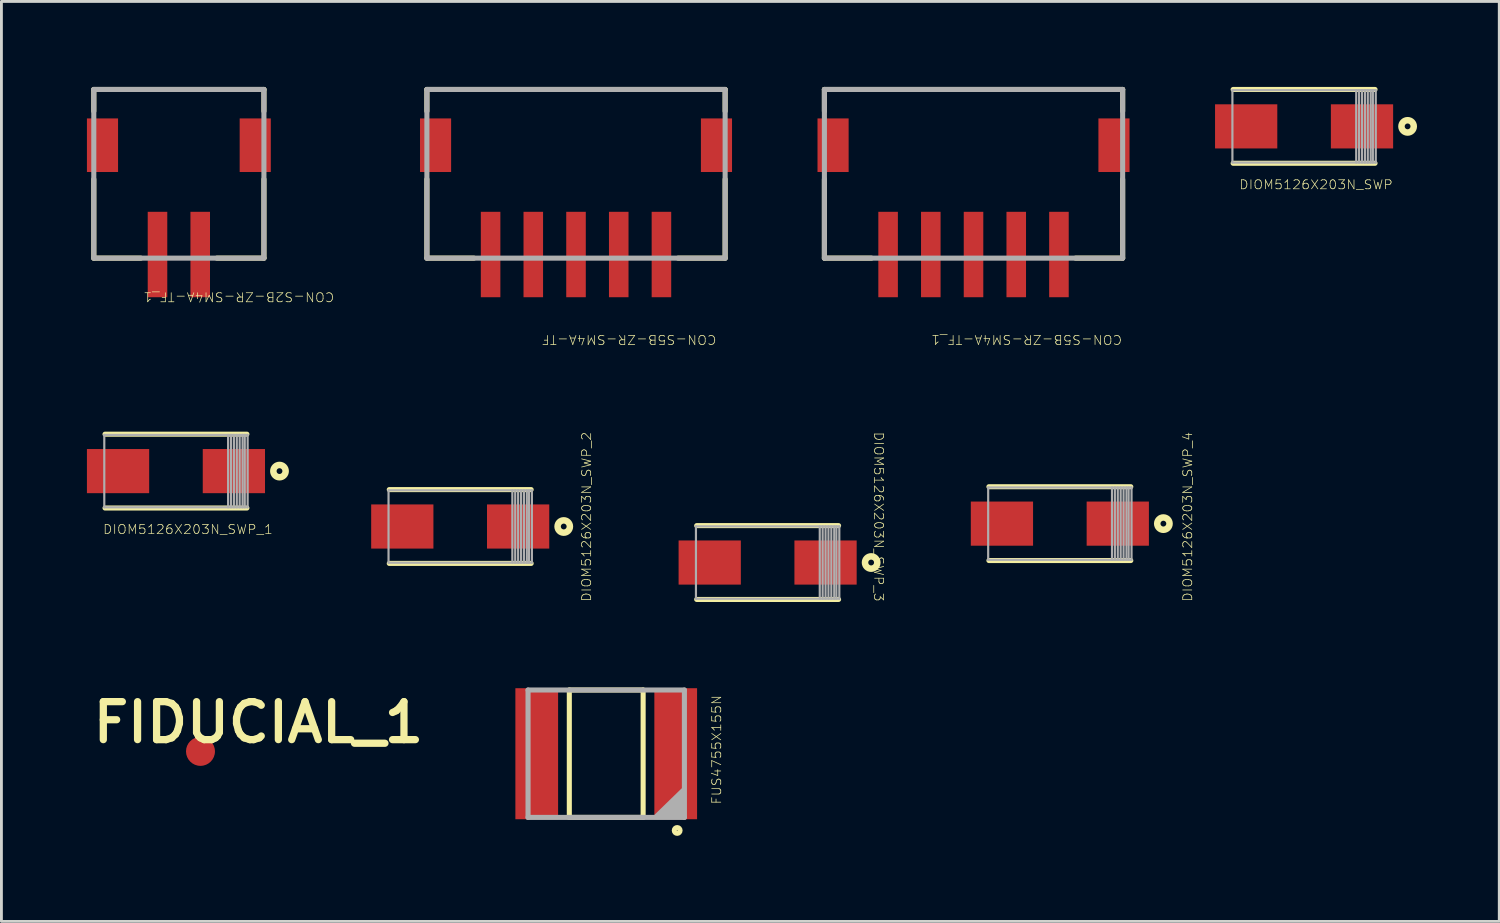
<source format=kicad_pcb>
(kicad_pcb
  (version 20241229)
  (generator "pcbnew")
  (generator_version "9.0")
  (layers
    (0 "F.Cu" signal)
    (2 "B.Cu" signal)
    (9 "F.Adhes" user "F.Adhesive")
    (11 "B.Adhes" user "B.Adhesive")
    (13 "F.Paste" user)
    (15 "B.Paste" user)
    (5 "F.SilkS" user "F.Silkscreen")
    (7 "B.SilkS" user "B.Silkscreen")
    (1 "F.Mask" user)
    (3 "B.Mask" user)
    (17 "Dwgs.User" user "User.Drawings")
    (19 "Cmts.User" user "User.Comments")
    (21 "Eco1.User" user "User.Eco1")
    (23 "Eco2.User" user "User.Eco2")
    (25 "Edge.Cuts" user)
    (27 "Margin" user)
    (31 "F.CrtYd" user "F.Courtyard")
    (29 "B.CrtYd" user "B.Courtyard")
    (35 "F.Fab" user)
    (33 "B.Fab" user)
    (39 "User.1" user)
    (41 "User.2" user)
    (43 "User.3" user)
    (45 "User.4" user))
  (footprint "DIOM5126X203N_SWP_1"
    (layer "F.Cu")
    (at 3.124 13.479)
    (property "Reference" "DIOM5126X203N_SWP_1" (at 0.419 2.045 0) (unlocked yes) (layer "F.SilkS") (effects (font (size 0.317 0.333) (thickness 0.025))))
    (attr smd)
    (fp_line (start 2.489 -1.295) (end -2.489 -1.295) (stroke (width 0.178) (type solid)) (layer "F.SilkS"))
    (fp_line (start 2.489 1.295) (end -2.489 1.295) (stroke (width 0.178) (type solid)) (layer "F.SilkS"))
    (fp_arc (start 3.5306 0) (mid 3.7338 0) (end 3.5306 0) (stroke (width 0.2286) (type solid)) (layer "F.SilkS"))
    (fp_line (start -2.515 -1.27) (end -2.515 1.27) (stroke (width 0.076) (type solid)) (layer "F.Fab"))
    (fp_line (start 1.829 -1.27) (end 1.829 1.27) (stroke (width 0.076) (type solid)) (layer "F.Fab"))
    (fp_line (start 1.93 -1.27) (end 1.93 1.27) (stroke (width 0.076) (type solid)) (layer "F.Fab"))
    (fp_line (start 2.032 -1.27) (end 2.032 1.27) (stroke (width 0.076) (type solid)) (layer "F.Fab"))
    (fp_line (start 2.134 -1.27) (end 2.134 1.27) (stroke (width 0.076) (type solid)) (layer "F.Fab"))
    (fp_line (start 2.235 -1.27) (end 2.235 1.27) (stroke (width 0.076) (type solid)) (layer "F.Fab"))
    (fp_line (start 2.337 -1.27) (end 2.337 1.27) (stroke (width 0.076) (type solid)) (layer "F.Fab"))
    (fp_line (start 2.413 -1.27) (end 2.413 1.27) (stroke (width 0.076) (type solid)) (layer "F.Fab"))
    (fp_line (start 2.515 -1.27) (end -2.515 -1.27) (stroke (width 0.076) (type solid)) (layer "F.Fab"))
    (fp_line (start 2.515 -1.27) (end 2.515 1.27) (stroke (width 0.076) (type solid)) (layer "F.Fab"))
    (fp_line (start 2.515 1.27) (end -2.515 1.27) (stroke (width 0.076) (type solid)) (layer "F.Fab"))
    (pad "1" smd rect (at -2.032 0) (size 2.184 1.549) (layers "F.Cu" "F.Mask" "F.Paste"))
    (pad "2" smd rect (at 2.032 0) (size 2.184 1.549) (layers "F.Cu" "F.Mask" "F.Paste")))
  (footprint "DIOM5126X203N_SWP"
    (layer "F.Cu")
    (at 42.705 1.384)
    (property "Reference" "DIOM5126X203N_SWP" (at 0.419 2.045 0) (unlocked yes) (layer "F.SilkS") (effects (font (size 0.317 0.333) (thickness 0.025))))
    (attr smd)
    (fp_line (start 2.489 -1.295) (end -2.489 -1.295) (stroke (width 0.178) (type solid)) (layer "F.SilkS"))
    (fp_line (start 2.489 1.295) (end -2.489 1.295) (stroke (width 0.178) (type solid)) (layer "F.SilkS"))
    (fp_arc (start 3.5306 0) (mid 3.7338 0) (end 3.5306 0) (stroke (width 0.2286) (type solid)) (layer "F.SilkS"))
    (fp_line (start -2.515 -1.27) (end -2.515 1.27) (stroke (width 0.076) (type solid)) (layer "F.Fab"))
    (fp_line (start 1.829 -1.27) (end 1.829 1.27) (stroke (width 0.076) (type solid)) (layer "F.Fab"))
    (fp_line (start 1.93 -1.27) (end 1.93 1.27) (stroke (width 0.076) (type solid)) (layer "F.Fab"))
    (fp_line (start 2.032 -1.27) (end 2.032 1.27) (stroke (width 0.076) (type solid)) (layer "F.Fab"))
    (fp_line (start 2.134 -1.27) (end 2.134 1.27) (stroke (width 0.076) (type solid)) (layer "F.Fab"))
    (fp_line (start 2.235 -1.27) (end 2.235 1.27) (stroke (width 0.076) (type solid)) (layer "F.Fab"))
    (fp_line (start 2.337 -1.27) (end 2.337 1.27) (stroke (width 0.076) (type solid)) (layer "F.Fab"))
    (fp_line (start 2.413 -1.27) (end 2.413 1.27) (stroke (width 0.076) (type solid)) (layer "F.Fab"))
    (fp_line (start 2.515 -1.27) (end -2.515 -1.27) (stroke (width 0.076) (type solid)) (layer "F.Fab"))
    (fp_line (start 2.515 -1.27) (end 2.515 1.27) (stroke (width 0.076) (type solid)) (layer "F.Fab"))
    (fp_line (start 2.515 1.27) (end -2.515 1.27) (stroke (width 0.076) (type solid)) (layer "F.Fab"))
    (pad "1" smd rect (at -2.032 0) (size 2.184 1.549) (layers "F.Cu" "F.Mask" "F.Paste"))
    (pad "2" smd rect (at 2.032 0) (size 2.184 1.549) (layers "F.Cu" "F.Mask" "F.Paste")))
  (footprint "CON-S5B-ZR-SM4A-TF_1"
    (layer "F.Cu")
    (at 31.107 5.88)
    (property "Reference" "CON-S5B-ZR-SM4A-TF_1" (at 1.861 2.985 180) (unlocked yes) (layer "F.SilkS") (effects (font (size 0.317 0.333) (thickness 0.025))))
    (attr smd)
    (fp_line (start -5.232 -5.791) (end -5.232 -5.029) (stroke (width 0.178) (type solid)) (layer "F.SilkS"))
    (fp_line (start -5.232 -2.642) (end -5.232 0.127) (stroke (width 0.178) (type solid)) (layer "F.SilkS"))
    (fp_line (start -3.581 0.127) (end -5.232 0.127) (stroke (width 0.178) (type solid)) (layer "F.SilkS"))
    (fp_line (start 5.232 -5.791) (end -5.232 -5.791) (stroke (width 0.178) (type solid)) (layer "F.SilkS"))
    (fp_line (start 5.232 -5.791) (end 5.232 -5.029) (stroke (width 0.178) (type solid)) (layer "F.SilkS"))
    (fp_line (start 5.232 -2.642) (end 5.232 0.127) (stroke (width 0.178) (type solid)) (layer "F.SilkS"))
    (fp_line (start 5.232 0.127) (end 3.581 0.127) (stroke (width 0.178) (type solid)) (layer "F.SilkS"))
    (fp_line (start -5.232 -5.791) (end -5.232 0.127) (stroke (width 0.178) (type solid)) (layer "F.Fab"))
    (fp_line (start 5.232 -5.791) (end -5.232 -5.791) (stroke (width 0.178) (type solid)) (layer "F.Fab"))
    (fp_line (start 5.232 -5.791) (end 5.232 0.127) (stroke (width 0.178) (type solid)) (layer "F.Fab"))
    (fp_line (start 5.232 0.127) (end -5.232 0.127) (stroke (width 0.178) (type solid)) (layer "F.Fab"))
    (pad "1" smd rect (at 2.997 0 90) (size 2.997 0.686) (layers "F.Cu" "F.Mask" "F.Paste"))
    (pad "2" smd rect (at 1.499 0 90) (size 2.997 0.686) (layers "F.Cu" "F.Mask" "F.Paste"))
    (pad "3" smd rect (at 0 0 90) (size 2.997 0.686) (layers "F.Cu" "F.Mask" "F.Paste"))
    (pad "4" smd rect (at -1.499 0 90) (size 2.997 0.686) (layers "F.Cu" "F.Mask" "F.Paste"))
    (pad "5" smd rect (at -2.997 0 90) (size 2.997 0.686) (layers "F.Cu" "F.Mask" "F.Paste"))
    (pad "6" smd rect (at 4.928 -3.835 90) (size 1.88 1.092) (layers "F.Cu" "F.Mask" "F.Paste"))
    (pad "7" smd rect (at -4.928 -3.835 90) (size 1.88 1.092) (layers "F.Cu" "F.Mask" "F.Paste")))
  (footprint "CON-S2B-ZR-SM4A-TF_1"
    (layer "F.Cu")
    (at 3.975 5.88)
    (property "Reference" "CON-S2B-ZR-SM4A-TF_1" (at 1.353 1.486 180) (unlocked yes) (layer "F.SilkS") (effects (font (size 0.317 0.333) (thickness 0.025))))
    (attr smd)
    (fp_line (start -3.734 -5.791) (end -3.734 -5.029) (stroke (width 0.178) (type solid)) (layer "F.SilkS"))
    (fp_line (start -3.734 -2.642) (end -3.734 0.127) (stroke (width 0.178) (type solid)) (layer "F.SilkS"))
    (fp_line (start -2.083 0.127) (end -3.734 0.127) (stroke (width 0.178) (type solid)) (layer "F.SilkS"))
    (fp_line (start 2.235 -5.791) (end -3.734 -5.791) (stroke (width 0.178) (type solid)) (layer "F.SilkS"))
    (fp_line (start 2.235 -5.791) (end 2.235 -5.029) (stroke (width 0.178) (type solid)) (layer "F.SilkS"))
    (fp_line (start 2.235 -2.642) (end 2.235 0.127) (stroke (width 0.178) (type solid)) (layer "F.SilkS"))
    (fp_line (start 2.235 0.127) (end 0.584 0.127) (stroke (width 0.178) (type solid)) (layer "F.SilkS"))
    (fp_line (start -3.734 -5.791) (end -3.734 0.127) (stroke (width 0.178) (type solid)) (layer "F.Fab"))
    (fp_line (start 2.235 -5.791) (end -3.734 -5.791) (stroke (width 0.178) (type solid)) (layer "F.Fab"))
    (fp_line (start 2.235 -5.791) (end 2.235 0.127) (stroke (width 0.178) (type solid)) (layer "F.Fab"))
    (fp_line (start 2.235 0.127) (end -3.734 0.127) (stroke (width 0.178) (type solid)) (layer "F.Fab"))
    (pad "1" smd rect (at 0 0 90) (size 2.997 0.686) (layers "F.Cu" "F.Mask" "F.Paste"))
    (pad "2" smd rect (at -1.499 0 90) (size 2.997 0.686) (layers "F.Cu" "F.Mask" "F.Paste"))
    (pad "3" smd rect (at 1.93 -3.835 90) (size 1.88 1.092) (layers "F.Cu" "F.Mask" "F.Paste"))
    (pad "4" smd rect (at -3.429 -3.835 90) (size 1.88 1.092) (layers "F.Cu" "F.Mask" "F.Paste")))
  (footprint "DIOM5126X203N_SWP_2"
    (layer "F.Cu")
    (at 13.097 15.423)
    (property "Reference" "DIOM5126X203N_SWP_2" (at 4.432 -0.343 90) (unlocked yes) (layer "F.SilkS") (effects (font (size 0.317 0.333) (thickness 0.025))))
    (attr smd)
    (fp_line (start 2.489 -1.295) (end -2.489 -1.295) (stroke (width 0.178) (type solid)) (layer "F.SilkS"))
    (fp_line (start 2.489 1.295) (end -2.489 1.295) (stroke (width 0.178) (type solid)) (layer "F.SilkS"))
    (fp_arc (start 3.5306 0) (mid 3.7338 0) (end 3.5306 0) (stroke (width 0.2286) (type solid)) (layer "F.SilkS"))
    (fp_line (start -2.515 -1.27) (end -2.515 1.27) (stroke (width 0.076) (type solid)) (layer "F.Fab"))
    (fp_line (start 1.829 -1.27) (end 1.829 1.27) (stroke (width 0.076) (type solid)) (layer "F.Fab"))
    (fp_line (start 1.93 -1.27) (end 1.93 1.27) (stroke (width 0.076) (type solid)) (layer "F.Fab"))
    (fp_line (start 2.032 -1.27) (end 2.032 1.27) (stroke (width 0.076) (type solid)) (layer "F.Fab"))
    (fp_line (start 2.134 -1.27) (end 2.134 1.27) (stroke (width 0.076) (type solid)) (layer "F.Fab"))
    (fp_line (start 2.235 -1.27) (end 2.235 1.27) (stroke (width 0.076) (type solid)) (layer "F.Fab"))
    (fp_line (start 2.337 -1.27) (end 2.337 1.27) (stroke (width 0.076) (type solid)) (layer "F.Fab"))
    (fp_line (start 2.413 -1.27) (end 2.413 1.27) (stroke (width 0.076) (type solid)) (layer "F.Fab"))
    (fp_line (start 2.515 -1.27) (end -2.515 -1.27) (stroke (width 0.076) (type solid)) (layer "F.Fab"))
    (fp_line (start 2.515 -1.27) (end 2.515 1.27) (stroke (width 0.076) (type solid)) (layer "F.Fab"))
    (fp_line (start 2.515 1.27) (end -2.515 1.27) (stroke (width 0.076) (type solid)) (layer "F.Fab"))
    (pad "1" smd rect (at -2.032 0) (size 2.184 1.549) (layers "F.Cu" "F.Mask" "F.Paste"))
    (pad "2" smd rect (at 2.032 0) (size 2.184 1.549) (layers "F.Cu" "F.Mask" "F.Paste")))
  (footprint "CON-S5B-ZR-SM4A-TF"
    (layer "F.Cu")
    (at 17.16 5.88)
    (property "Reference" "CON-S5B-ZR-SM4A-TF" (at 1.861 2.985 180) (unlocked yes) (layer "F.SilkS") (effects (font (size 0.317 0.333) (thickness 0.025))))
    (attr smd)
    (fp_line (start -5.232 -5.791) (end -5.232 -5.029) (stroke (width 0.178) (type solid)) (layer "F.SilkS"))
    (fp_line (start -5.232 -2.642) (end -5.232 0.127) (stroke (width 0.178) (type solid)) (layer "F.SilkS"))
    (fp_line (start -3.581 0.127) (end -5.232 0.127) (stroke (width 0.178) (type solid)) (layer "F.SilkS"))
    (fp_line (start 5.232 -5.791) (end -5.232 -5.791) (stroke (width 0.178) (type solid)) (layer "F.SilkS"))
    (fp_line (start 5.232 -5.791) (end 5.232 -5.029) (stroke (width 0.178) (type solid)) (layer "F.SilkS"))
    (fp_line (start 5.232 -2.642) (end 5.232 0.127) (stroke (width 0.178) (type solid)) (layer "F.SilkS"))
    (fp_line (start 5.232 0.127) (end 3.581 0.127) (stroke (width 0.178) (type solid)) (layer "F.SilkS"))
    (fp_line (start -5.232 -5.791) (end -5.232 0.127) (stroke (width 0.178) (type solid)) (layer "F.Fab"))
    (fp_line (start 5.232 -5.791) (end -5.232 -5.791) (stroke (width 0.178) (type solid)) (layer "F.Fab"))
    (fp_line (start 5.232 -5.791) (end 5.232 0.127) (stroke (width 0.178) (type solid)) (layer "F.Fab"))
    (fp_line (start 5.232 0.127) (end -5.232 0.127) (stroke (width 0.178) (type solid)) (layer "F.Fab"))
    (pad "1" smd rect (at 2.997 0 90) (size 2.997 0.686) (layers "F.Cu" "F.Mask" "F.Paste"))
    (pad "2" smd rect (at 1.499 0 90) (size 2.997 0.686) (layers "F.Cu" "F.Mask" "F.Paste"))
    (pad "3" smd rect (at 0 0 90) (size 2.997 0.686) (layers "F.Cu" "F.Mask" "F.Paste"))
    (pad "4" smd rect (at -1.499 0 90) (size 2.997 0.686) (layers "F.Cu" "F.Mask" "F.Paste"))
    (pad "5" smd rect (at -2.997 0 90) (size 2.997 0.686) (layers "F.Cu" "F.Mask" "F.Paste"))
    (pad "6" smd rect (at 4.928 -3.835 90) (size 1.88 1.092) (layers "F.Cu" "F.Mask" "F.Paste"))
    (pad "7" smd rect (at -4.928 -3.835 90) (size 1.88 1.092) (layers "F.Cu" "F.Mask" "F.Paste")))
  (footprint "FIDUCIAL_1"
    (layer "F.Cu")
    (at 3.984 23.313)
    (property "Reference" "FIDUCIAL_1" (at 2.032 -1.016 0) (unlocked yes) (layer "F.SilkS") (effects (font (size 1.333 1.402) (thickness 0.254))))
    (attr smd)
    (pad "1" smd circle (at 0 0) (size 1.016 1.016) (layers "F.Cu" "F.Mask" "F.Paste")))
  (footprint "FUS4755X155N"
    (layer "F.Cu")
    (at 18.22 23.395)
    (property "Reference" "FUS4755X155N" (at 3.873 -0.14 90) (unlocked yes) (layer "F.SilkS") (effects (font (size 0.317 0.333) (thickness 0.025))))
    (attr smd)
    (fp_line (start -1.295 -2.235) (end -1.295 2.235) (stroke (width 0.178) (type solid)) (layer "F.SilkS"))
    (fp_line (start 1.295 -2.235) (end -1.295 -2.235) (stroke (width 0.178) (type solid)) (layer "F.SilkS"))
    (fp_line (start 1.295 -2.235) (end 1.295 2.235) (stroke (width 0.178) (type solid)) (layer "F.SilkS"))
    (fp_line (start 1.295 2.235) (end -1.295 2.235) (stroke (width 0.178) (type solid)) (layer "F.SilkS"))
    (fp_arc (start 2.3876 2.6924) (mid 2.5908 2.6924) (end 2.3876 2.6924) (stroke (width 0.1778) (type solid)) (layer "F.SilkS"))
    (fp_line (start -2.743 -2.235) (end -2.743 2.235) (stroke (width 0.178) (type solid)) (layer "F.Fab"))
    (fp_line (start 2.692 1.295) (end 1.778 2.184) (stroke (width 0.178) (type solid)) (layer "F.Fab"))
    (fp_line (start 2.692 1.397) (end 1.88 2.184) (stroke (width 0.178) (type solid)) (layer "F.Fab"))
    (fp_line (start 2.692 1.499) (end 1.981 2.184) (stroke (width 0.178) (type solid)) (layer "F.Fab"))
    (fp_line (start 2.692 1.575) (end 2.083 2.184) (stroke (width 0.178) (type solid)) (layer "F.Fab"))
    (fp_line (start 2.692 1.676) (end 2.184 2.184) (stroke (width 0.178) (type solid)) (layer "F.Fab"))
    (fp_line (start 2.692 1.778) (end 2.286 2.184) (stroke (width 0.178) (type solid)) (layer "F.Fab"))
    (fp_line (start 2.692 1.88) (end 2.388 2.184) (stroke (width 0.178) (type solid)) (layer "F.Fab"))
    (fp_line (start 2.692 1.981) (end 2.489 2.184) (stroke (width 0.178) (type solid)) (layer "F.Fab"))
    (fp_line (start 2.692 2.083) (end 2.591 2.184) (stroke (width 0.178) (type solid)) (layer "F.Fab"))
    (fp_line (start 2.743 -2.235) (end -2.743 -2.235) (stroke (width 0.178) (type solid)) (layer "F.Fab"))
    (fp_line (start 2.743 -2.235) (end 2.743 2.235) (stroke (width 0.178) (type solid)) (layer "F.Fab"))
    (fp_line (start 2.743 2.235) (end -2.743 2.235) (stroke (width 0.178) (type solid)) (layer "F.Fab"))
    (pad "1" smd rect (at 2.438 0 90) (size 4.597 1.499) (layers "F.Cu" "F.Mask" "F.Paste"))
    (pad "2" smd rect (at -2.438 0 90) (size 4.597 1.499) (layers "F.Cu" "F.Mask" "F.Paste")))
  (footprint "DIOM5126X203N_SWP_3"
    (layer "F.Cu")
    (at 23.883 16.687)
    (property "Reference" "DIOM5126X203N_SWP_3" (at 3.899 -1.607 270) (unlocked yes) (layer "F.SilkS") (effects (font (size 0.317 0.333) (thickness 0.025))))
    (attr smd)
    (fp_line (start 2.489 -1.295) (end -2.489 -1.295) (stroke (width 0.178) (type solid)) (layer "F.SilkS"))
    (fp_line (start 2.489 1.295) (end -2.489 1.295) (stroke (width 0.178) (type solid)) (layer "F.SilkS"))
    (fp_arc (start 3.5306 0) (mid 3.7338 0) (end 3.5306 0) (stroke (width 0.2286) (type solid)) (layer "F.SilkS"))
    (fp_line (start -2.515 -1.27) (end -2.515 1.27) (stroke (width 0.076) (type solid)) (layer "F.Fab"))
    (fp_line (start 1.829 -1.27) (end 1.829 1.27) (stroke (width 0.076) (type solid)) (layer "F.Fab"))
    (fp_line (start 1.93 -1.27) (end 1.93 1.27) (stroke (width 0.076) (type solid)) (layer "F.Fab"))
    (fp_line (start 2.032 -1.27) (end 2.032 1.27) (stroke (width 0.076) (type solid)) (layer "F.Fab"))
    (fp_line (start 2.134 -1.27) (end 2.134 1.27) (stroke (width 0.076) (type solid)) (layer "F.Fab"))
    (fp_line (start 2.235 -1.27) (end 2.235 1.27) (stroke (width 0.076) (type solid)) (layer "F.Fab"))
    (fp_line (start 2.337 -1.27) (end 2.337 1.27) (stroke (width 0.076) (type solid)) (layer "F.Fab"))
    (fp_line (start 2.413 -1.27) (end 2.413 1.27) (stroke (width 0.076) (type solid)) (layer "F.Fab"))
    (fp_line (start 2.515 -1.27) (end -2.515 -1.27) (stroke (width 0.076) (type solid)) (layer "F.Fab"))
    (fp_line (start 2.515 -1.27) (end 2.515 1.27) (stroke (width 0.076) (type solid)) (layer "F.Fab"))
    (fp_line (start 2.515 1.27) (end -2.515 1.27) (stroke (width 0.076) (type solid)) (layer "F.Fab"))
    (pad "1" smd rect (at -2.032 0) (size 2.184 1.549) (layers "F.Cu" "F.Mask" "F.Paste"))
    (pad "2" smd rect (at 2.032 0) (size 2.184 1.549) (layers "F.Cu" "F.Mask" "F.Paste")))
  (footprint "DIOM5126X203N_SWP_4"
    (layer "F.Cu")
    (at 34.136 15.322)
    (property "Reference" "DIOM5126X203N_SWP_4" (at 4.483 -0.241 90) (unlocked yes) (layer "F.SilkS") (effects (font (size 0.317 0.333) (thickness 0.025))))
    (attr smd)
    (fp_line (start 2.489 -1.295) (end -2.489 -1.295) (stroke (width 0.178) (type solid)) (layer "F.SilkS"))
    (fp_line (start 2.489 1.295) (end -2.489 1.295) (stroke (width 0.178) (type solid)) (layer "F.SilkS"))
    (fp_arc (start 3.5306 0) (mid 3.7338 0) (end 3.5306 0) (stroke (width 0.2286) (type solid)) (layer "F.SilkS"))
    (fp_line (start -2.515 -1.27) (end -2.515 1.27) (stroke (width 0.076) (type solid)) (layer "F.Fab"))
    (fp_line (start 1.829 -1.27) (end 1.829 1.27) (stroke (width 0.076) (type solid)) (layer "F.Fab"))
    (fp_line (start 1.93 -1.27) (end 1.93 1.27) (stroke (width 0.076) (type solid)) (layer "F.Fab"))
    (fp_line (start 2.032 -1.27) (end 2.032 1.27) (stroke (width 0.076) (type solid)) (layer "F.Fab"))
    (fp_line (start 2.134 -1.27) (end 2.134 1.27) (stroke (width 0.076) (type solid)) (layer "F.Fab"))
    (fp_line (start 2.235 -1.27) (end 2.235 1.27) (stroke (width 0.076) (type solid)) (layer "F.Fab"))
    (fp_line (start 2.337 -1.27) (end 2.337 1.27) (stroke (width 0.076) (type solid)) (layer "F.Fab"))
    (fp_line (start 2.413 -1.27) (end 2.413 1.27) (stroke (width 0.076) (type solid)) (layer "F.Fab"))
    (fp_line (start 2.515 -1.27) (end -2.515 -1.27) (stroke (width 0.076) (type solid)) (layer "F.Fab"))
    (fp_line (start 2.515 -1.27) (end 2.515 1.27) (stroke (width 0.076) (type solid)) (layer "F.Fab"))
    (fp_line (start 2.515 1.27) (end -2.515 1.27) (stroke (width 0.076) (type solid)) (layer "F.Fab"))
    (pad "1" smd rect (at -2.032 0) (size 2.184 1.549) (layers "F.Cu" "F.Mask" "F.Paste"))
    (pad "2" smd rect (at 2.032 0) (size 2.184 1.549) (layers "F.Cu" "F.Mask" "F.Paste")))
  (gr_rect
    (start -3 -3)
    (end 49.553 29.278)
    (stroke (width 0.1) (type default))
    (fill no)
    (layer "Edge.Cuts")))
</source>
